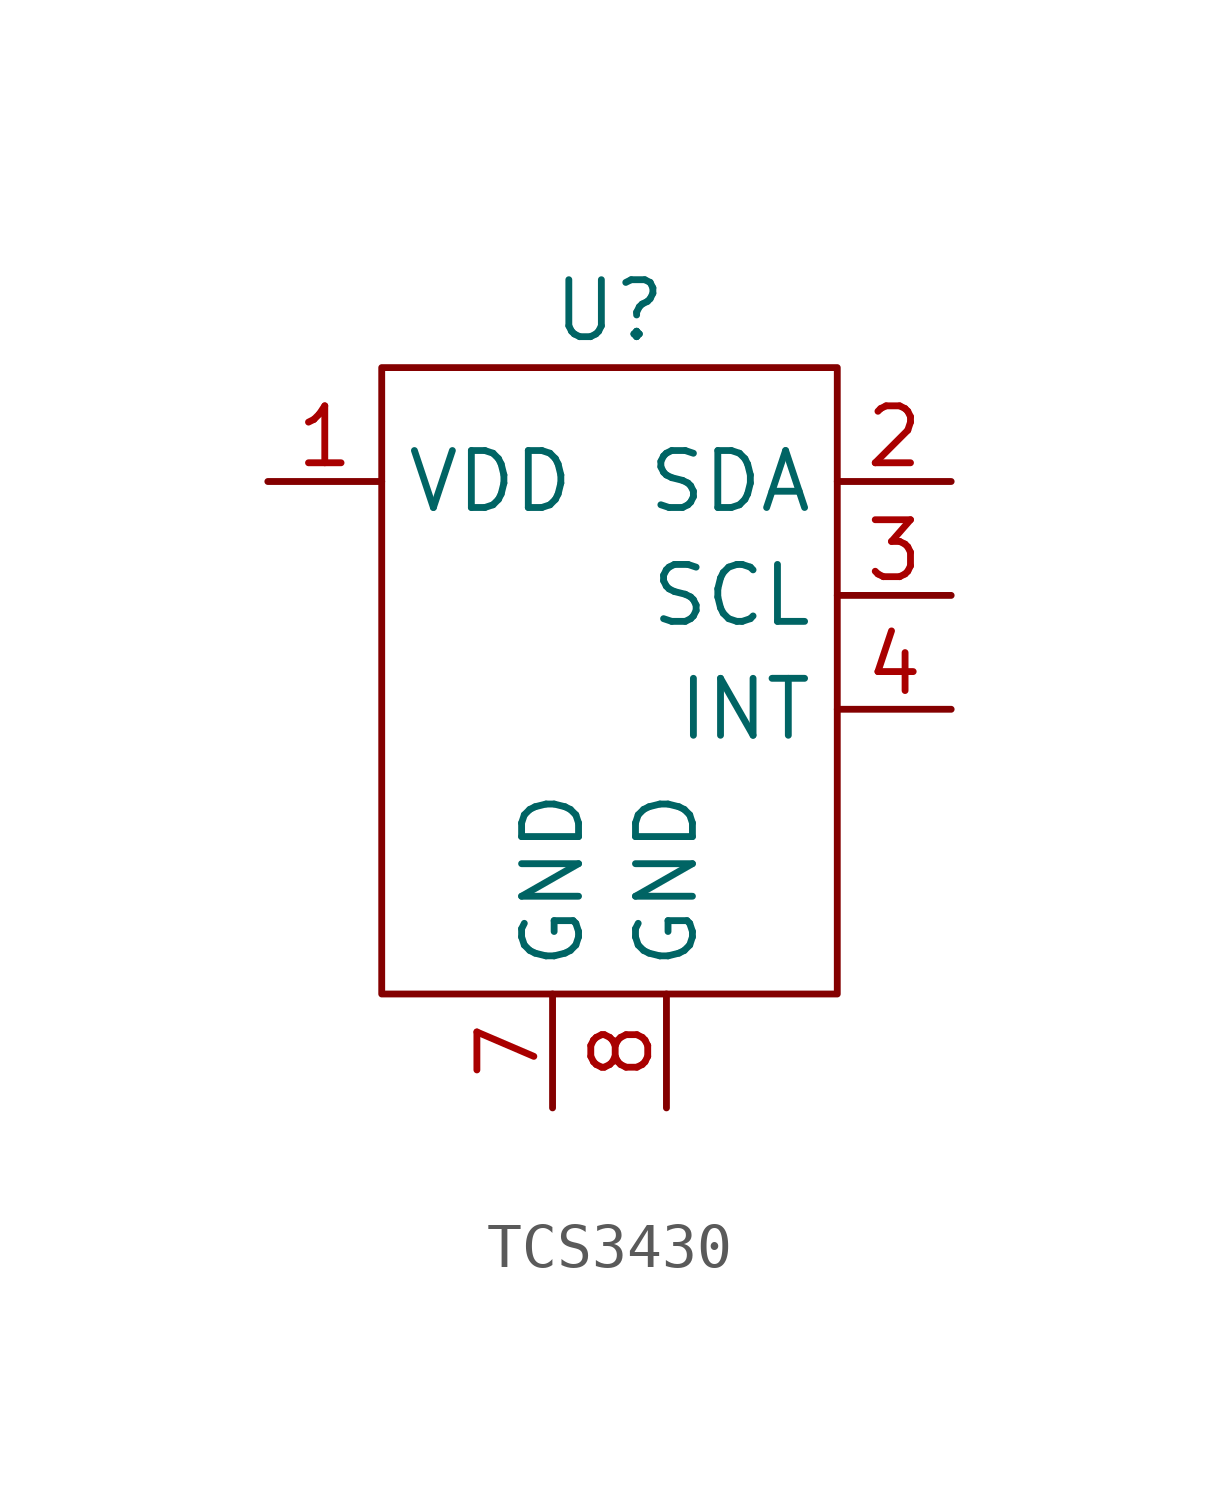
<source format=kicad_sym>
(kicad_symbol_lib
  (version 20220914)
  (generator kicad_symbol_editor)
  (symbol "TCS3430"
    (property "Reference" "U"
      (at 0 6.35 0)
      (effects (font (size 1.27 1.27))))
    (property "Value" ""
      (at 0 -2.54 0)
      (effects (font (size 1.27 1.27))))
    (symbol "TCS3430_0_1"
      (rectangle (start -5.08 5.08) (end 5.08 -8.89) (stroke (width 0) (type default)) (fill (type none))))
    (symbol "TCS3430_1_1"
      (pin power_in line (at -7.62 2.54 0) (length 2.54) (name "VDD" (effects (font (size 1.27 1.27)))) (number "1" (effects (font (size 1.27 1.27)))))
      (pin input line (at 7.62 2.54 180) (length 2.54) (name "SDA" (effects (font (size 1.27 1.27)))) (number "2" (effects (font (size 1.27 1.27)))))
      (pin input line (at 7.62 0 180) (length 2.54) (name "SCL" (effects (font (size 1.27 1.27)))) (number "3" (effects (font (size 1.27 1.27)))))
      (pin output line (at 7.62 -2.54 180) (length 2.54) (name "INT" (effects (font (size 1.27 1.27)))) (number "4" (effects (font (size 1.27 1.27)))))
      (pin no_connect line (at -7.62 0 0) (length 2.54) hide (name "N/C" (effects (font (size 1.27 1.27)))) (number "5" (effects (font (size 1.27 1.27)))))
      (pin no_connect line (at -7.62 -2.54 0) (length 2.54) hide (name "N/C" (effects (font (size 1.27 1.27)))) (number "6" (effects (font (size 1.27 1.27)))))
      (pin power_in line (at -1.27 -11.43 90) (length 2.54) (name "GND" (effects (font (size 1.27 1.27)))) (number "7" (effects (font (size 1.27 1.27)))))
      (pin power_in line (at 1.27 -11.43 90) (length 2.54) (name "GND" (effects (font (size 1.27 1.27)))) (number "8" (effects (font (size 1.27 1.27))))))))
</source>
